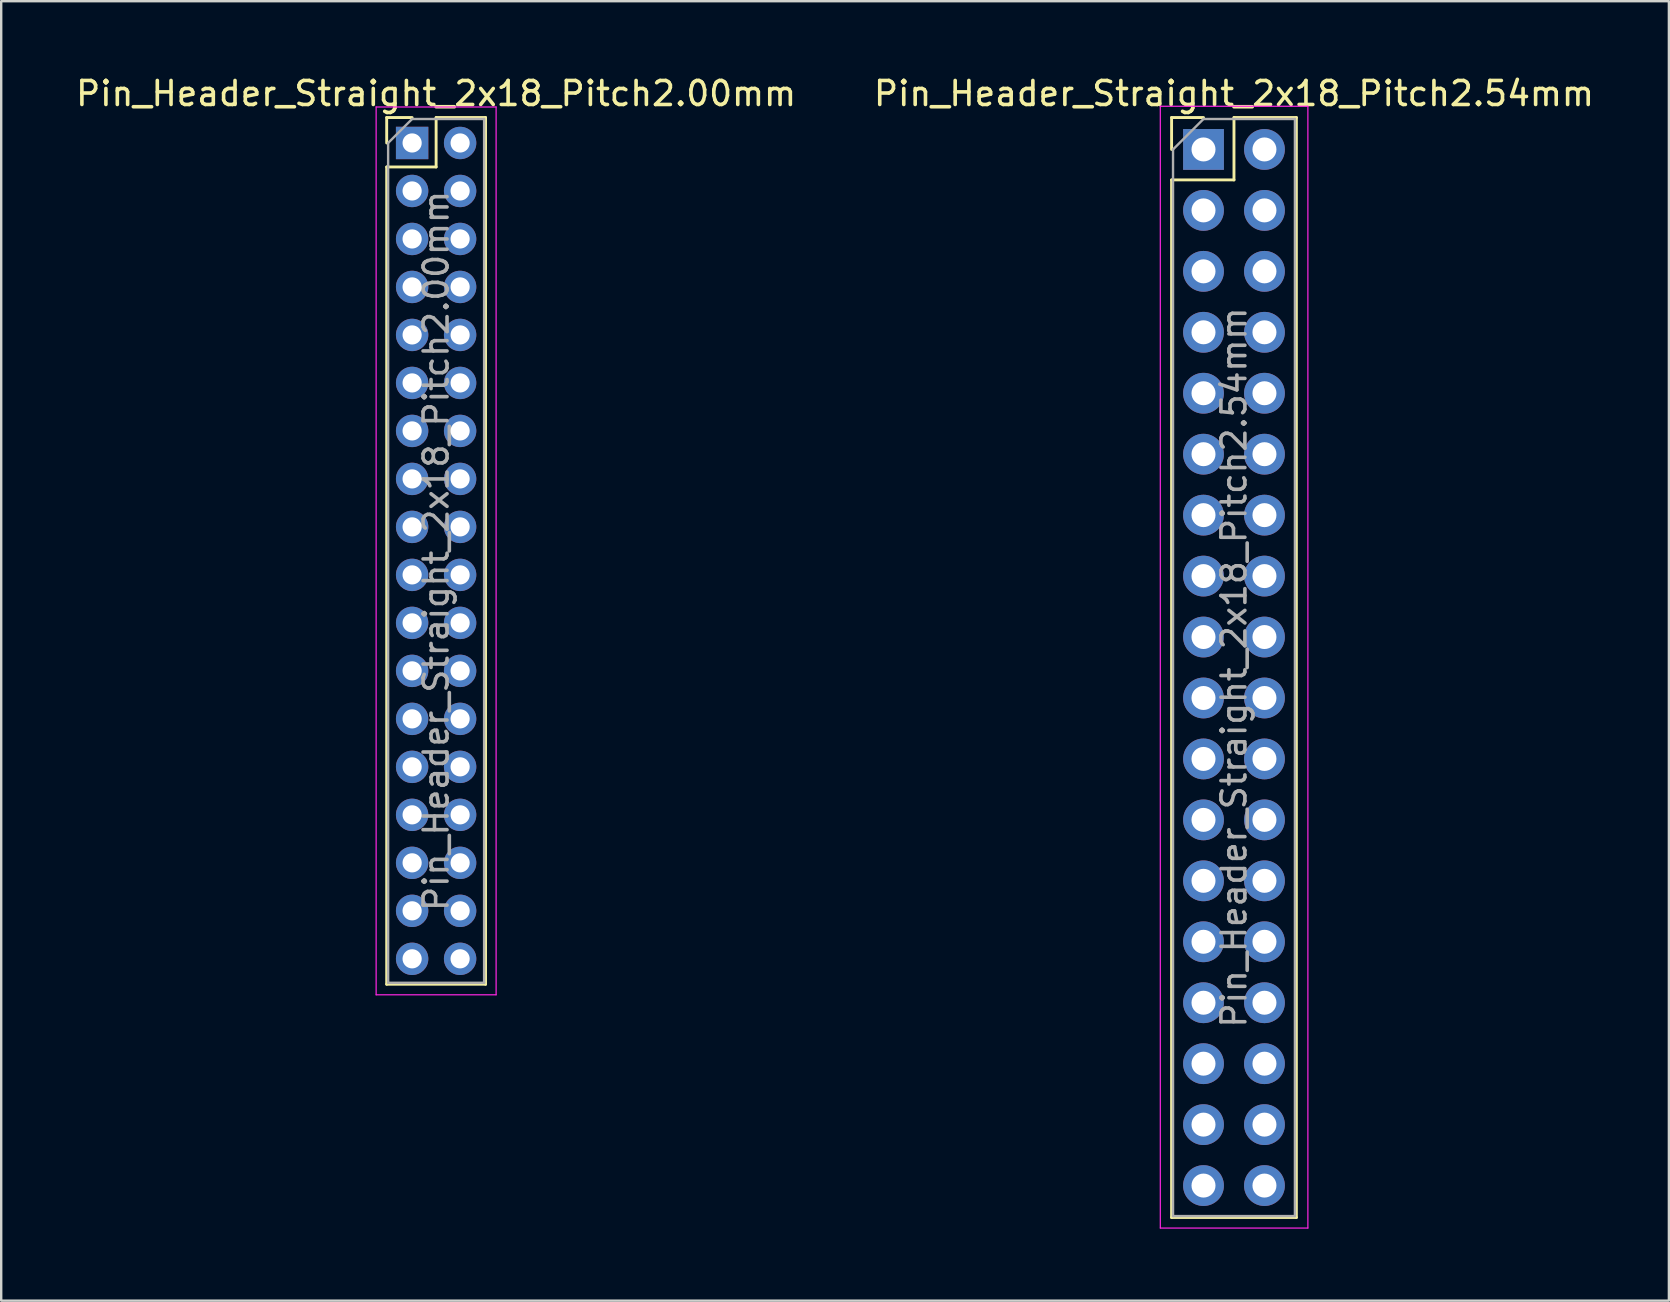
<source format=kicad_pcb>
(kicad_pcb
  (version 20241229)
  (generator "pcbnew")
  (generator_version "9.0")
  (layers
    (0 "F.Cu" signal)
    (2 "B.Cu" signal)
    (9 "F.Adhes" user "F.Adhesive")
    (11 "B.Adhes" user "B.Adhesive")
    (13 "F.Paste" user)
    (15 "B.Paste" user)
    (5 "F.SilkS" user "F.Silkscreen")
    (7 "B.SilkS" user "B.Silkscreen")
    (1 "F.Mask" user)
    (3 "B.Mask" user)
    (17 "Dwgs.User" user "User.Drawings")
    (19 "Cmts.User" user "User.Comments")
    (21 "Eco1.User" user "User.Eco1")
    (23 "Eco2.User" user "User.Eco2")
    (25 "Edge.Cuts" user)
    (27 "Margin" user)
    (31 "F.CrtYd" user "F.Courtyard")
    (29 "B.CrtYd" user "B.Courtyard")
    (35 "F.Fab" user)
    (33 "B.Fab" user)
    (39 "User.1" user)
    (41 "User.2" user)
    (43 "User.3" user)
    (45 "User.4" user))
  (footprint "Pin_Header_Straight_2x18_Pitch2.00mm"
    (layer "F.Cu")
    (at 14.125 2.908)
    (property "Reference" "Pin_Header_Straight_2x18_Pitch2.00mm" (at 1 -2.06 0) (layer "F.SilkS") (effects (font (size 1 1) (thickness 0.15))))
    (attr through_hole)
    (fp_line (start -1.06 -1.06) (end 0 -1.06) (stroke (width 0.12) (type solid)) (layer "F.SilkS"))
    (fp_line (start -1.06 0) (end -1.06 -1.06) (stroke (width 0.12) (type solid)) (layer "F.SilkS"))
    (fp_line (start -1.06 1) (end -1.06 35.06) (stroke (width 0.12) (type solid)) (layer "F.SilkS"))
    (fp_line (start -1.06 1) (end 1 1) (stroke (width 0.12) (type solid)) (layer "F.SilkS"))
    (fp_line (start -1.06 35.06) (end 3.06 35.06) (stroke (width 0.12) (type solid)) (layer "F.SilkS"))
    (fp_line (start 1 -1.06) (end 3.06 -1.06) (stroke (width 0.12) (type solid)) (layer "F.SilkS"))
    (fp_line (start 1 1) (end 1 -1.06) (stroke (width 0.12) (type solid)) (layer "F.SilkS"))
    (fp_line (start 3.06 -1.06) (end 3.06 35.06) (stroke (width 0.12) (type solid)) (layer "F.SilkS"))
    (fp_line (start -1.5 -1.5) (end -1.5 35.5) (stroke (width 0.05) (type solid)) (layer "F.CrtYd"))
    (fp_line (start -1.5 35.5) (end 3.5 35.5) (stroke (width 0.05) (type solid)) (layer "F.CrtYd"))
    (fp_line (start 3.5 -1.5) (end -1.5 -1.5) (stroke (width 0.05) (type solid)) (layer "F.CrtYd"))
    (fp_line (start 3.5 35.5) (end 3.5 -1.5) (stroke (width 0.05) (type solid)) (layer "F.CrtYd"))
    (fp_line (start -1 0) (end 0 -1) (stroke (width 0.1) (type solid)) (layer "F.Fab"))
    (fp_line (start -1 35) (end -1 0) (stroke (width 0.1) (type solid)) (layer "F.Fab"))
    (fp_line (start 0 -1) (end 3 -1) (stroke (width 0.1) (type solid)) (layer "F.Fab"))
    (fp_line (start 3 -1) (end 3 35) (stroke (width 0.1) (type solid)) (layer "F.Fab"))
    (fp_line (start 3 35) (end -1 35) (stroke (width 0.1) (type solid)) (layer "F.Fab"))
    (fp_text user "${REFERENCE}" (at 1 17 90) (layer "F.Fab") (effects (font (size 1 1) (thickness 0.15))))
    (pad "1" thru_hole rect (at 0 0) (size 1.35 1.35) (drill 0.8) (layers "*.Cu" "*.Mask"))
    (pad "2" thru_hole oval (at 2 0) (size 1.35 1.35) (drill 0.8) (layers "*.Cu" "*.Mask"))
    (pad "3" thru_hole oval (at 0 2) (size 1.35 1.35) (drill 0.8) (layers "*.Cu" "*.Mask"))
    (pad "4" thru_hole oval (at 2 2) (size 1.35 1.35) (drill 0.8) (layers "*.Cu" "*.Mask"))
    (pad "5" thru_hole oval (at 0 4) (size 1.35 1.35) (drill 0.8) (layers "*.Cu" "*.Mask"))
    (pad "6" thru_hole oval (at 2 4) (size 1.35 1.35) (drill 0.8) (layers "*.Cu" "*.Mask"))
    (pad "7" thru_hole oval (at 0 6) (size 1.35 1.35) (drill 0.8) (layers "*.Cu" "*.Mask"))
    (pad "8" thru_hole oval (at 2 6) (size 1.35 1.35) (drill 0.8) (layers "*.Cu" "*.Mask"))
    (pad "9" thru_hole oval (at 0 8) (size 1.35 1.35) (drill 0.8) (layers "*.Cu" "*.Mask"))
    (pad "10" thru_hole oval (at 2 8) (size 1.35 1.35) (drill 0.8) (layers "*.Cu" "*.Mask"))
    (pad "11" thru_hole oval (at 0 10) (size 1.35 1.35) (drill 0.8) (layers "*.Cu" "*.Mask"))
    (pad "12" thru_hole oval (at 2 10) (size 1.35 1.35) (drill 0.8) (layers "*.Cu" "*.Mask"))
    (pad "13" thru_hole oval (at 0 12) (size 1.35 1.35) (drill 0.8) (layers "*.Cu" "*.Mask"))
    (pad "14" thru_hole oval (at 2 12) (size 1.35 1.35) (drill 0.8) (layers "*.Cu" "*.Mask"))
    (pad "15" thru_hole oval (at 0 14) (size 1.35 1.35) (drill 0.8) (layers "*.Cu" "*.Mask"))
    (pad "16" thru_hole oval (at 2 14) (size 1.35 1.35) (drill 0.8) (layers "*.Cu" "*.Mask"))
    (pad "17" thru_hole oval (at 0 16) (size 1.35 1.35) (drill 0.8) (layers "*.Cu" "*.Mask"))
    (pad "18" thru_hole oval (at 2 16) (size 1.35 1.35) (drill 0.8) (layers "*.Cu" "*.Mask"))
    (pad "19" thru_hole oval (at 0 18) (size 1.35 1.35) (drill 0.8) (layers "*.Cu" "*.Mask"))
    (pad "20" thru_hole oval (at 2 18) (size 1.35 1.35) (drill 0.8) (layers "*.Cu" "*.Mask"))
    (pad "21" thru_hole oval (at 0 20) (size 1.35 1.35) (drill 0.8) (layers "*.Cu" "*.Mask"))
    (pad "22" thru_hole oval (at 2 20) (size 1.35 1.35) (drill 0.8) (layers "*.Cu" "*.Mask"))
    (pad "23" thru_hole oval (at 0 22) (size 1.35 1.35) (drill 0.8) (layers "*.Cu" "*.Mask"))
    (pad "24" thru_hole oval (at 2 22) (size 1.35 1.35) (drill 0.8) (layers "*.Cu" "*.Mask"))
    (pad "25" thru_hole oval (at 0 24) (size 1.35 1.35) (drill 0.8) (layers "*.Cu" "*.Mask"))
    (pad "26" thru_hole oval (at 2 24) (size 1.35 1.35) (drill 0.8) (layers "*.Cu" "*.Mask"))
    (pad "27" thru_hole oval (at 0 26) (size 1.35 1.35) (drill 0.8) (layers "*.Cu" "*.Mask"))
    (pad "28" thru_hole oval (at 2 26) (size 1.35 1.35) (drill 0.8) (layers "*.Cu" "*.Mask"))
    (pad "29" thru_hole oval (at 0 28) (size 1.35 1.35) (drill 0.8) (layers "*.Cu" "*.Mask"))
    (pad "30" thru_hole oval (at 2 28) (size 1.35 1.35) (drill 0.8) (layers "*.Cu" "*.Mask"))
    (pad "31" thru_hole oval (at 0 30) (size 1.35 1.35) (drill 0.8) (layers "*.Cu" "*.Mask"))
    (pad "32" thru_hole oval (at 2 30) (size 1.35 1.35) (drill 0.8) (layers "*.Cu" "*.Mask"))
    (pad "33" thru_hole oval (at 0 32) (size 1.35 1.35) (drill 0.8) (layers "*.Cu" "*.Mask"))
    (pad "34" thru_hole oval (at 2 32) (size 1.35 1.35) (drill 0.8) (layers "*.Cu" "*.Mask"))
    (pad "35" thru_hole oval (at 0 34) (size 1.35 1.35) (drill 0.8) (layers "*.Cu" "*.Mask"))
    (pad "36" thru_hole oval (at 2 34) (size 1.35 1.35) (drill 0.8) (layers "*.Cu" "*.Mask")))
  (footprint "Pin_Header_Straight_2x18_Pitch2.54mm"
    (layer "F.Cu")
    (at 47.105 3.178)
    (property "Reference" "Pin_Header_Straight_2x18_Pitch2.54mm" (at 1.27 -2.33 0) (layer "F.SilkS") (effects (font (size 1 1) (thickness 0.15))))
    (attr through_hole)
    (fp_line (start -1.33 -1.33) (end 0 -1.33) (stroke (width 0.12) (type solid)) (layer "F.SilkS"))
    (fp_line (start -1.33 0) (end -1.33 -1.33) (stroke (width 0.12) (type solid)) (layer "F.SilkS"))
    (fp_line (start -1.33 1.27) (end -1.33 44.51) (stroke (width 0.12) (type solid)) (layer "F.SilkS"))
    (fp_line (start -1.33 1.27) (end 1.27 1.27) (stroke (width 0.12) (type solid)) (layer "F.SilkS"))
    (fp_line (start -1.33 44.51) (end 3.87 44.51) (stroke (width 0.12) (type solid)) (layer "F.SilkS"))
    (fp_line (start 1.27 -1.33) (end 3.87 -1.33) (stroke (width 0.12) (type solid)) (layer "F.SilkS"))
    (fp_line (start 1.27 1.27) (end 1.27 -1.33) (stroke (width 0.12) (type solid)) (layer "F.SilkS"))
    (fp_line (start 3.87 -1.33) (end 3.87 44.51) (stroke (width 0.12) (type solid)) (layer "F.SilkS"))
    (fp_line (start -1.8 -1.8) (end -1.8 44.95) (stroke (width 0.05) (type solid)) (layer "F.CrtYd"))
    (fp_line (start -1.8 44.95) (end 4.35 44.95) (stroke (width 0.05) (type solid)) (layer "F.CrtYd"))
    (fp_line (start 4.35 -1.8) (end -1.8 -1.8) (stroke (width 0.05) (type solid)) (layer "F.CrtYd"))
    (fp_line (start 4.35 44.95) (end 4.35 -1.8) (stroke (width 0.05) (type solid)) (layer "F.CrtYd"))
    (fp_line (start -1.27 0) (end 0 -1.27) (stroke (width 0.1) (type solid)) (layer "F.Fab"))
    (fp_line (start -1.27 44.45) (end -1.27 0) (stroke (width 0.1) (type solid)) (layer "F.Fab"))
    (fp_line (start 0 -1.27) (end 3.81 -1.27) (stroke (width 0.1) (type solid)) (layer "F.Fab"))
    (fp_line (start 3.81 -1.27) (end 3.81 44.45) (stroke (width 0.1) (type solid)) (layer "F.Fab"))
    (fp_line (start 3.81 44.45) (end -1.27 44.45) (stroke (width 0.1) (type solid)) (layer "F.Fab"))
    (fp_text user "${REFERENCE}" (at 1.27 21.59 90) (layer "F.Fab") (effects (font (size 1 1) (thickness 0.15))))
    (pad "1" thru_hole rect (at 0 0) (size 1.7 1.7) (drill 1) (layers "*.Cu" "*.Mask"))
    (pad "2" thru_hole oval (at 2.54 0) (size 1.7 1.7) (drill 1) (layers "*.Cu" "*.Mask"))
    (pad "3" thru_hole oval (at 0 2.54) (size 1.7 1.7) (drill 1) (layers "*.Cu" "*.Mask"))
    (pad "4" thru_hole oval (at 2.54 2.54) (size 1.7 1.7) (drill 1) (layers "*.Cu" "*.Mask"))
    (pad "5" thru_hole oval (at 0 5.08) (size 1.7 1.7) (drill 1) (layers "*.Cu" "*.Mask"))
    (pad "6" thru_hole oval (at 2.54 5.08) (size 1.7 1.7) (drill 1) (layers "*.Cu" "*.Mask"))
    (pad "7" thru_hole oval (at 0 7.62) (size 1.7 1.7) (drill 1) (layers "*.Cu" "*.Mask"))
    (pad "8" thru_hole oval (at 2.54 7.62) (size 1.7 1.7) (drill 1) (layers "*.Cu" "*.Mask"))
    (pad "9" thru_hole oval (at 0 10.16) (size 1.7 1.7) (drill 1) (layers "*.Cu" "*.Mask"))
    (pad "10" thru_hole oval (at 2.54 10.16) (size 1.7 1.7) (drill 1) (layers "*.Cu" "*.Mask"))
    (pad "11" thru_hole oval (at 0 12.7) (size 1.7 1.7) (drill 1) (layers "*.Cu" "*.Mask"))
    (pad "12" thru_hole oval (at 2.54 12.7) (size 1.7 1.7) (drill 1) (layers "*.Cu" "*.Mask"))
    (pad "13" thru_hole oval (at 0 15.24) (size 1.7 1.7) (drill 1) (layers "*.Cu" "*.Mask"))
    (pad "14" thru_hole oval (at 2.54 15.24) (size 1.7 1.7) (drill 1) (layers "*.Cu" "*.Mask"))
    (pad "15" thru_hole oval (at 0 17.78) (size 1.7 1.7) (drill 1) (layers "*.Cu" "*.Mask"))
    (pad "16" thru_hole oval (at 2.54 17.78) (size 1.7 1.7) (drill 1) (layers "*.Cu" "*.Mask"))
    (pad "17" thru_hole oval (at 0 20.32) (size 1.7 1.7) (drill 1) (layers "*.Cu" "*.Mask"))
    (pad "18" thru_hole oval (at 2.54 20.32) (size 1.7 1.7) (drill 1) (layers "*.Cu" "*.Mask"))
    (pad "19" thru_hole oval (at 0 22.86) (size 1.7 1.7) (drill 1) (layers "*.Cu" "*.Mask"))
    (pad "20" thru_hole oval (at 2.54 22.86) (size 1.7 1.7) (drill 1) (layers "*.Cu" "*.Mask"))
    (pad "21" thru_hole oval (at 0 25.4) (size 1.7 1.7) (drill 1) (layers "*.Cu" "*.Mask"))
    (pad "22" thru_hole oval (at 2.54 25.4) (size 1.7 1.7) (drill 1) (layers "*.Cu" "*.Mask"))
    (pad "23" thru_hole oval (at 0 27.94) (size 1.7 1.7) (drill 1) (layers "*.Cu" "*.Mask"))
    (pad "24" thru_hole oval (at 2.54 27.94) (size 1.7 1.7) (drill 1) (layers "*.Cu" "*.Mask"))
    (pad "25" thru_hole oval (at 0 30.48) (size 1.7 1.7) (drill 1) (layers "*.Cu" "*.Mask"))
    (pad "26" thru_hole oval (at 2.54 30.48) (size 1.7 1.7) (drill 1) (layers "*.Cu" "*.Mask"))
    (pad "27" thru_hole oval (at 0 33.02) (size 1.7 1.7) (drill 1) (layers "*.Cu" "*.Mask"))
    (pad "28" thru_hole oval (at 2.54 33.02) (size 1.7 1.7) (drill 1) (layers "*.Cu" "*.Mask"))
    (pad "29" thru_hole oval (at 0 35.56) (size 1.7 1.7) (drill 1) (layers "*.Cu" "*.Mask"))
    (pad "30" thru_hole oval (at 2.54 35.56) (size 1.7 1.7) (drill 1) (layers "*.Cu" "*.Mask"))
    (pad "31" thru_hole oval (at 0 38.1) (size 1.7 1.7) (drill 1) (layers "*.Cu" "*.Mask"))
    (pad "32" thru_hole oval (at 2.54 38.1) (size 1.7 1.7) (drill 1) (layers "*.Cu" "*.Mask"))
    (pad "33" thru_hole oval (at 0 40.64) (size 1.7 1.7) (drill 1) (layers "*.Cu" "*.Mask"))
    (pad "34" thru_hole oval (at 2.54 40.64) (size 1.7 1.7) (drill 1) (layers "*.Cu" "*.Mask"))
    (pad "35" thru_hole oval (at 0 43.18) (size 1.7 1.7) (drill 1) (layers "*.Cu" "*.Mask"))
    (pad "36" thru_hole oval (at 2.54 43.18) (size 1.7 1.7) (drill 1) (layers "*.Cu" "*.Mask")))
  (gr_rect
    (start -3 -3)
    (end 66.5 51.153)
    (stroke (width 0.1) (type default))
    (fill no)
    (layer "Edge.Cuts")))
</source>
